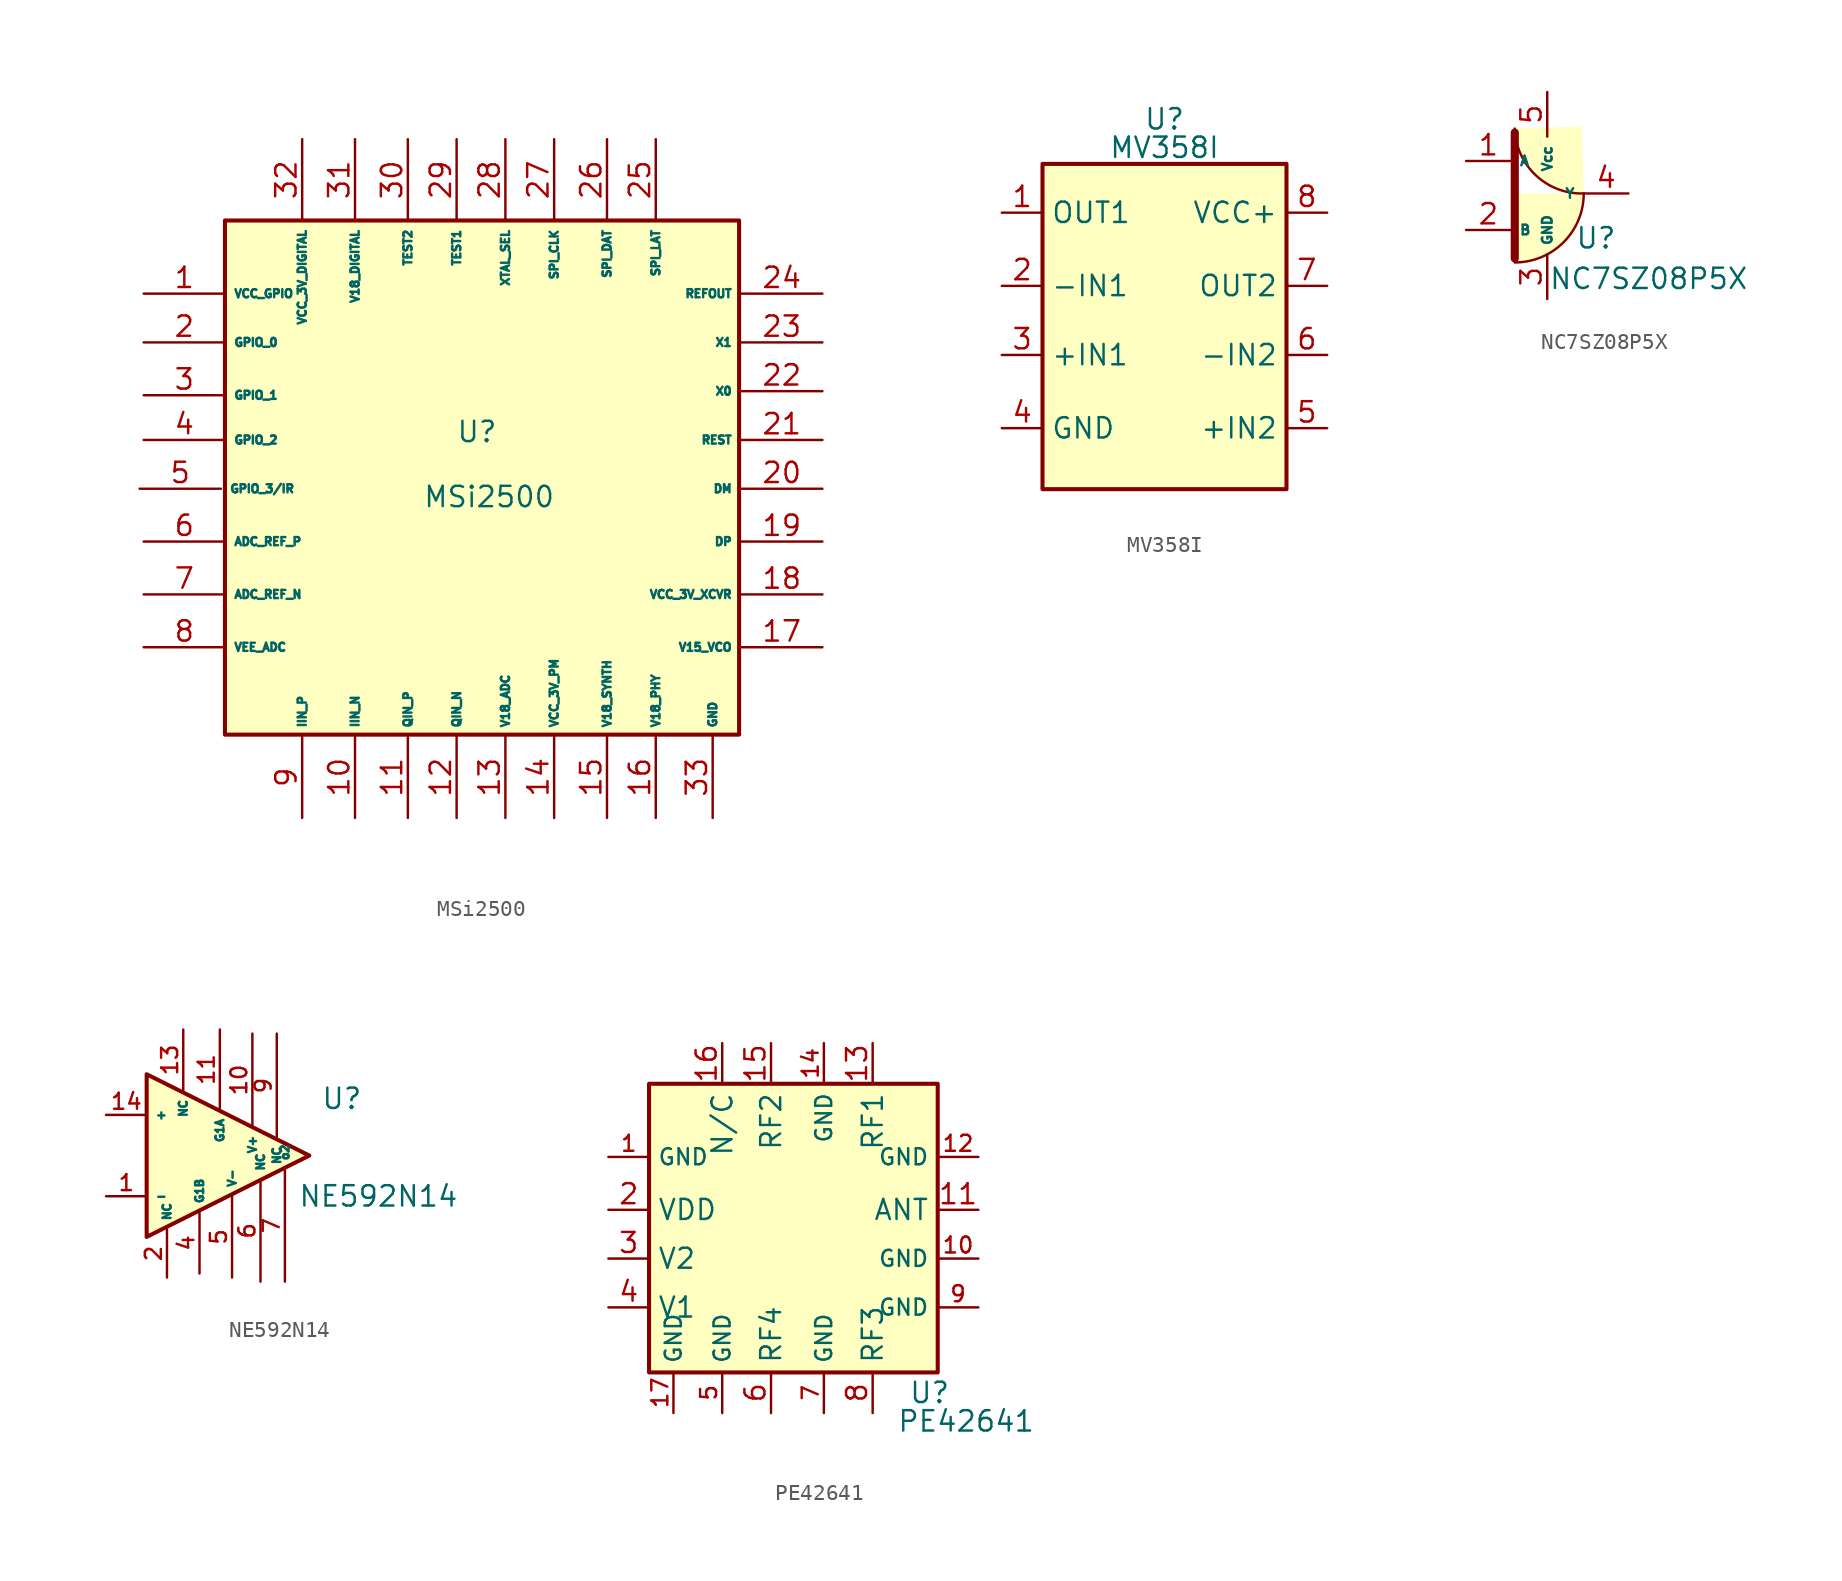
<source format=kicad_sym>
(kicad_symbol_lib
  (version 20211014)
  (generator kicad_symbol_editor)
  (symbol "MSi2500"
    (property "Reference" "U"
      (at 1.016 1.778 0)
      (effects (font (size 1.27 1.27))))
    (property "Value" "MSi2500"
      (at 1.778 -2.286 0)
      (effects (font (size 1.27 1.27))))
    (symbol "MSi2500_0_1"
      (rectangle (start -14.732 14.986) (end 17.399 -17.145) (stroke (width 0.254) (type default) (color 0 0 0 0)) (fill (type background))))
    (symbol "MSi2500_1_1"
      (pin input line (at -19.812 10.414 0) (length 5.08) (name "VCC_GPIO" (effects (font (size 0.508 0.508)))) (number "1" (effects (font (size 1.27 1.27)))))
      (pin input line (at -6.604 -22.352 90) (length 5.08) (name "IIN_N" (effects (font (size 0.508 0.508)))) (number "10" (effects (font (size 1.27 1.27)))))
      (pin input line (at -3.302 -22.352 90) (length 5.08) (name "QIN_P" (effects (font (size 0.508 0.508)))) (number "11" (effects (font (size 1.27 1.27)))))
      (pin input line (at -0.254 -22.352 90) (length 5.08) (name "QIN_N" (effects (font (size 0.508 0.508)))) (number "12" (effects (font (size 1.27 1.27)))))
      (pin input line (at 2.794 -22.352 90) (length 5.08) (name "V18_ADC" (effects (font (size 0.508 0.508)))) (number "13" (effects (font (size 1.27 1.27)))))
      (pin input line (at 5.842 -22.352 90) (length 5.08) (name "VCC_3V_PM" (effects (font (size 0.508 0.508)))) (number "14" (effects (font (size 1.27 1.27)))))
      (pin input line (at 9.144 -22.352 90) (length 5.08) (name "V18_SYNTH" (effects (font (size 0.508 0.508)))) (number "15" (effects (font (size 1.27 1.27)))))
      (pin input line (at 12.192 -22.352 90) (length 5.08) (name "V18_PHY" (effects (font (size 0.508 0.508)))) (number "16" (effects (font (size 1.27 1.27)))))
      (pin input line (at 22.606 -11.684 180) (length 5.08) (name "V15_VCO" (effects (font (size 0.508 0.508)))) (number "17" (effects (font (size 1.27 1.27)))))
      (pin input line (at 22.606 -8.382 180) (length 5.08) (name "VCC_3V_XCVR" (effects (font (size 0.508 0.508)))) (number "18" (effects (font (size 1.27 1.27)))))
      (pin input line (at 22.606 -5.08 180) (length 5.08) (name "DP" (effects (font (size 0.508 0.508)))) (number "19" (effects (font (size 1.27 1.27)))))
      (pin input line (at -19.812 7.366 0) (length 5.08) (name "GPIO_0" (effects (font (size 0.508 0.508)))) (number "2" (effects (font (size 1.27 1.27)))))
      (pin input line (at 22.606 -1.778 180) (length 5.08) (name "DM" (effects (font (size 0.508 0.508)))) (number "20" (effects (font (size 1.27 1.27)))))
      (pin input line (at 22.606 1.27 180) (length 5.08) (name "REST" (effects (font (size 0.508 0.508)))) (number "21" (effects (font (size 1.27 1.27)))))
      (pin input line (at 22.606 4.318 180) (length 5.08) (name "X0" (effects (font (size 0.508 0.508)))) (number "22" (effects (font (size 1.27 1.27)))))
      (pin input line (at 22.606 7.366 180) (length 5.08) (name "X1" (effects (font (size 0.508 0.508)))) (number "23" (effects (font (size 1.27 1.27)))))
      (pin input line (at 22.606 10.414 180) (length 5.08) (name "REFOUT" (effects (font (size 0.508 0.508)))) (number "24" (effects (font (size 1.27 1.27)))))
      (pin input line (at 12.192 20.066 270) (length 5.08) (name "SPI_LAT" (effects (font (size 0.508 0.508)))) (number "25" (effects (font (size 1.27 1.27)))))
      (pin input line (at 9.144 20.066 270) (length 5.08) (name "SPI_DAT" (effects (font (size 0.508 0.508)))) (number "26" (effects (font (size 1.27 1.27)))))
      (pin input line (at 5.842 20.066 270) (length 5.08) (name "SPI_CLK" (effects (font (size 0.508 0.508)))) (number "27" (effects (font (size 1.27 1.27)))))
      (pin input line (at 2.794 20.066 270) (length 5.08) (name "XTAL_SEL" (effects (font (size 0.508 0.508)))) (number "28" (effects (font (size 1.27 1.27)))))
      (pin input line (at -0.254 20.066 270) (length 5.08) (name "TEST1" (effects (font (size 0.508 0.508)))) (number "29" (effects (font (size 1.27 1.27)))))
      (pin input line (at -19.812 4.064 0) (length 5.08) (name "GPIO_1" (effects (font (size 0.508 0.508)))) (number "3" (effects (font (size 1.27 1.27)))))
      (pin input line (at -3.302 20.066 270) (length 5.08) (name "TEST2" (effects (font (size 0.508 0.508)))) (number "30" (effects (font (size 1.27 1.27)))))
      (pin input line (at -6.604 20.066 270) (length 5.08) (name "V18_DIGITAL" (effects (font (size 0.508 0.508)))) (number "31" (effects (font (size 1.27 1.27)))))
      (pin input line (at -9.906 20.066 270) (length 5.08) (name "VCC_3V_DIGITAL" (effects (font (size 0.508 0.508)))) (number "32" (effects (font (size 1.27 1.27)))))
      (pin input line (at 15.748 -22.352 90) (length 5.08) (name "GND" (effects (font (size 0.508 0.508)))) (number "33" (effects (font (size 1.27 1.27)))))
      (pin input line (at -19.812 1.27 0) (length 5.08) (name "GPIO_2" (effects (font (size 0.508 0.508)))) (number "4" (effects (font (size 1.27 1.27)))))
      (pin input line (at -20.066 -1.778 0) (length 5.08) (name "GPIO_3/IR" (effects (font (size 0.508 0.508)))) (number "5" (effects (font (size 1.27 1.27)))))
      (pin input line (at -19.812 -5.08 0) (length 5.08) (name "ADC_REF_P" (effects (font (size 0.508 0.508)))) (number "6" (effects (font (size 1.27 1.27)))))
      (pin input line (at -19.812 -8.382 0) (length 5.08) (name "ADC_REF_N" (effects (font (size 0.508 0.508)))) (number "7" (effects (font (size 1.27 1.27)))))
      (pin passive line (at -19.812 -11.684 0) (length 5.08) (name "VEE_ADC" (effects (font (size 0.508 0.508)))) (number "8" (effects (font (size 1.27 1.27)))))
      (pin input line (at -9.906 -22.352 90) (length 5.08) (name "IIN_P" (effects (font (size 0.508 0.508)))) (number "9" (effects (font (size 1.27 1.27)))))))
  (symbol "MV358I"
    (property "Reference" "U"
      (at 0 12.954 0)
      (effects (font (size 1.27 1.27))))
    (property "Value" "MV358I"
      (at 0 11.176 0)
      (effects (font (size 1.27 1.27))))
    (symbol "MV358I_0_1"
      (rectangle (start -7.62 10.16) (end 7.62 -10.16) (stroke (width 0.254) (type default) (color 0 0 0 0)) (fill (type background))))
    (symbol "MV358I_1_1"
      (pin output line (at -10.16 7.112 0) (length 2.54) (name "OUT1" (effects (font (size 1.27 1.27)))) (number "1" (effects (font (size 1.27 1.27)))))
      (pin input line (at -10.16 2.54 0) (length 2.54) (name "-IN1" (effects (font (size 1.27 1.27)))) (number "2" (effects (font (size 1.27 1.27)))))
      (pin input line (at -10.16 -1.778 0) (length 2.54) (name "+IN1" (effects (font (size 1.27 1.27)))) (number "3" (effects (font (size 1.27 1.27)))))
      (pin input line (at -10.16 -6.35 0) (length 2.54) (name "GND" (effects (font (size 1.27 1.27)))) (number "4" (effects (font (size 1.27 1.27)))))
      (pin input line (at 10.16 -6.35 180) (length 2.54) (name "+IN2" (effects (font (size 1.27 1.27)))) (number "5" (effects (font (size 1.27 1.27)))))
      (pin input line (at 10.16 -1.778 180) (length 2.54) (name "-IN2" (effects (font (size 1.27 1.27)))) (number "6" (effects (font (size 1.27 1.27)))))
      (pin output line (at 10.16 2.54 180) (length 2.54) (name "OUT2" (effects (font (size 1.27 1.27)))) (number "7" (effects (font (size 1.27 1.27)))))
      (pin power_in line (at 10.16 7.112 180) (length 2.54) (name "VCC+" (effects (font (size 1.27 1.27)))) (number "8" (effects (font (size 1.27 1.27)))))))
  (symbol "NC7SZ08P5X"
    (property "Reference" "U"
      (at 3.302 -2.794 0)
      (effects (font (size 1.27 1.27))))
    (property "Value" "NC7SZ08P5X"
      (at 6.604 -5.334 0)
      (effects (font (size 1.27 1.27))))
    (symbol "NC7SZ08P5X_0_1"
      (arc (start -1.778 -4.318) (mid 1.2753 -3.0533) (end 2.54 0) (stroke (width 0) (type default) (color 0 0 0 0)) (fill (type background)))
      (arc (start -1.778 4.064) (mid -4.5247 -3.1803) (end 2.54 0) (stroke (width 0) (type default) (color 0 0 0 0)) (fill (type background)))
      (polyline (pts (xy -1.778 3.81) (xy -1.778 1.778) (xy -1.778 -4.064)) (stroke (width 0.508) (type default) (color 0 0 0 0)) (fill (type none))))
    (symbol "NC7SZ08P5X_1_1"
      (pin input line (at -4.826 2.032 0) (length 2.794) (name "A" (effects (font (size 0.6 0.6)))) (number "1" (effects (font (size 1.27 1.27)))))
      (pin passive line (at -4.826 -2.286 0) (length 2.794) (name "B" (effects (font (size 0.6 0.6)))) (number "2" (effects (font (size 1.27 1.27)))))
      (pin power_in line (at 0.254 -6.604 90) (length 2.794) (name "GND" (effects (font (size 0.6 0.6)))) (number "3" (effects (font (size 1.27 1.27)))))
      (pin output line (at 5.334 0 180) (length 2.794) (name "Y" (effects (font (size 0.6 0.6)))) (number "4" (effects (font (size 1.27 1.27)))))
      (pin passive line (at 0.254 6.35 270) (length 2.794) (name "Vcc" (effects (font (size 0.6 0.6)))) (number "5" (effects (font (size 1.27 1.27)))))))
  (symbol "NE592N14"
    (property "Reference" "U"
      (at 5.588 3.556 0)
      (effects (font (size 1.27 1.27))))
    (property "Value" "NE592N14"
      (at 7.874 -2.54 0)
      (effects (font (size 1.27 1.27))))
    (symbol "NE592N14_0_1"
      (polyline (pts (xy -6.604 5.08) (xy 3.556 0) (xy -6.604 -5.08) (xy -6.604 5.08)) (stroke (width 0.254) (type default) (color 0 0 0 0)) (fill (type background))))
    (symbol "NE592N14_1_1"
      (pin input line (at -9.144 -2.54 0) (length 2.54) (name "-" (effects (font (size 0.5 0.5)))) (number "1" (effects (font (size 1 1)))))
      (pin power_in line (at 0 7.62 270) (length 5.8) (name "V+" (effects (font (size 0.5 0.5)))) (number "10" (effects (font (size 1 1)))))
      (pin input line (at -2.032 7.874 270) (length 5) (name "G1A" (effects (font (size 0.5 0.5)))) (number "11" (effects (font (size 1 1)))))
      (pin input line (at -4.318 7.874 270) (length 3.81) (name "NC" (effects (font (size 0.5 0.5)))) (number "13" (effects (font (size 1 1)))))
      (pin input line (at -9.144 2.54 0) (length 2.54) (name "+" (effects (font (size 0.5 0.5)))) (number "14" (effects (font (size 1 1)))))
      (pin input line (at -5.334 -7.62 90) (length 3) (name "NC" (effects (font (size 0.5 0.5)))) (number "2" (effects (font (size 1 1)))))
      (pin input line (at -3.302 -7.366 90) (length 3.81) (name "G1B" (effects (font (size 0.5 0.5)))) (number "4" (effects (font (size 1 1)))))
      (pin power_in line (at -1.27 -7.62 90) (length 5.08) (name "V-" (effects (font (size 0.5 0.5)))) (number "5" (effects (font (size 1 1)))))
      (pin input line (at 0.508 -7.874 90) (length 6.35) (name "NC" (effects (font (size 0.5 0.5)))) (number "6" (effects (font (size 1 1)))))
      (pin output line (at 2.032 -7.874 90) (length 7) (name "o2" (effects (font (size 0.5 0.5)))) (number "7" (effects (font (size 1 1)))))
      (pin output line (at 1.524 7.62 270) (length 6.5) (name "NC" (effects (font (size 0.5 0.5)))) (number "9" (effects (font (size 1 1)))))))
  (symbol "PE42641"
    (property "Reference" "U"
      (at 8.382 -10.668 0)
      (effects (font (size 1.27 1.27))))
    (property "Value" "PE42641"
      (at 10.668 -12.446 0)
      (effects (font (size 1.27 1.27))))
    (symbol "PE42641_0_1"
      (rectangle (start -9.144 8.636) (end 8.89 -9.398) (stroke (width 0.254) (type default) (color 0 0 0 0)) (fill (type background))))
    (symbol "PE42641_1_1"
      (pin passive line (at -11.684 4.064 0) (length 2.54) (name "GND" (effects (font (size 1 1)))) (number "1" (effects (font (size 1 1)))))
      (pin passive line (at 11.43 -2.286 180) (length 2.54) (name "GND" (effects (font (size 1 1)))) (number "10" (effects (font (size 1 1)))))
      (pin passive line (at 11.43 0.762 180) (length 2.54) (name "ANT" (effects (font (size 1.25 1.25)))) (number "11" (effects (font (size 1.25 1.25)))))
      (pin passive line (at 11.43 4.064 180) (length 2.54) (name "GND" (effects (font (size 1 1)))) (number "12" (effects (font (size 1 1)))))
      (pin passive line (at 4.826 11.176 270) (length 2.54) (name "RF1" (effects (font (size 1.25 1.25)))) (number "13" (effects (font (size 1.25 1.25)))))
      (pin passive line (at 1.778 11.176 270) (length 2.54) (name "GND" (effects (font (size 1 1)))) (number "14" (effects (font (size 1 1)))))
      (pin passive line (at -1.524 11.176 270) (length 2.54) (name "RF2" (effects (font (size 1.25 1.25)))) (number "15" (effects (font (size 1.25 1.25)))))
      (pin passive line (at -4.572 11.176 270) (length 2.54) (name "N/C" (effects (font (size 1.25 1.25)))) (number "16" (effects (font (size 1.25 1.25)))))
      (pin passive line (at -7.62 -11.938 90) (length 2.54) (name "GND" (effects (font (size 1 1)))) (number "17" (effects (font (size 1 1)))))
      (pin passive line (at -11.684 0.762 0) (length 2.54) (name "VDD" (effects (font (size 1.25 1.25)))) (number "2" (effects (font (size 1.25 1.25)))))
      (pin passive line (at -11.684 -2.286 0) (length 2.54) (name "V2" (effects (font (size 1.25 1.25)))) (number "3" (effects (font (size 1.25 1.25)))))
      (pin passive line (at -11.684 -5.334 0) (length 2.54) (name "V1" (effects (font (size 1.25 1.25)))) (number "4" (effects (font (size 1.25 1.25)))))
      (pin passive line (at -4.572 -11.938 90) (length 2.54) (name "GND" (effects (font (size 1 1)))) (number "5" (effects (font (size 1 1)))))
      (pin passive line (at -1.524 -11.938 90) (length 2.54) (name "RF4" (effects (font (size 1.25 1.25)))) (number "6" (effects (font (size 1.25 1.25)))))
      (pin passive line (at 1.778 -11.938 90) (length 2.54) (name "GND" (effects (font (size 1 1)))) (number "7" (effects (font (size 1 1)))))
      (pin passive line (at 4.826 -11.938 90) (length 2.54) (name "RF3" (effects (font (size 1.25 1.25)))) (number "8" (effects (font (size 1.25 1.25)))))
      (pin passive line (at 11.43 -5.334 180) (length 2.54) (name "GND" (effects (font (size 1 1)))) (number "9" (effects (font (size 1 1))))))))
</source>
